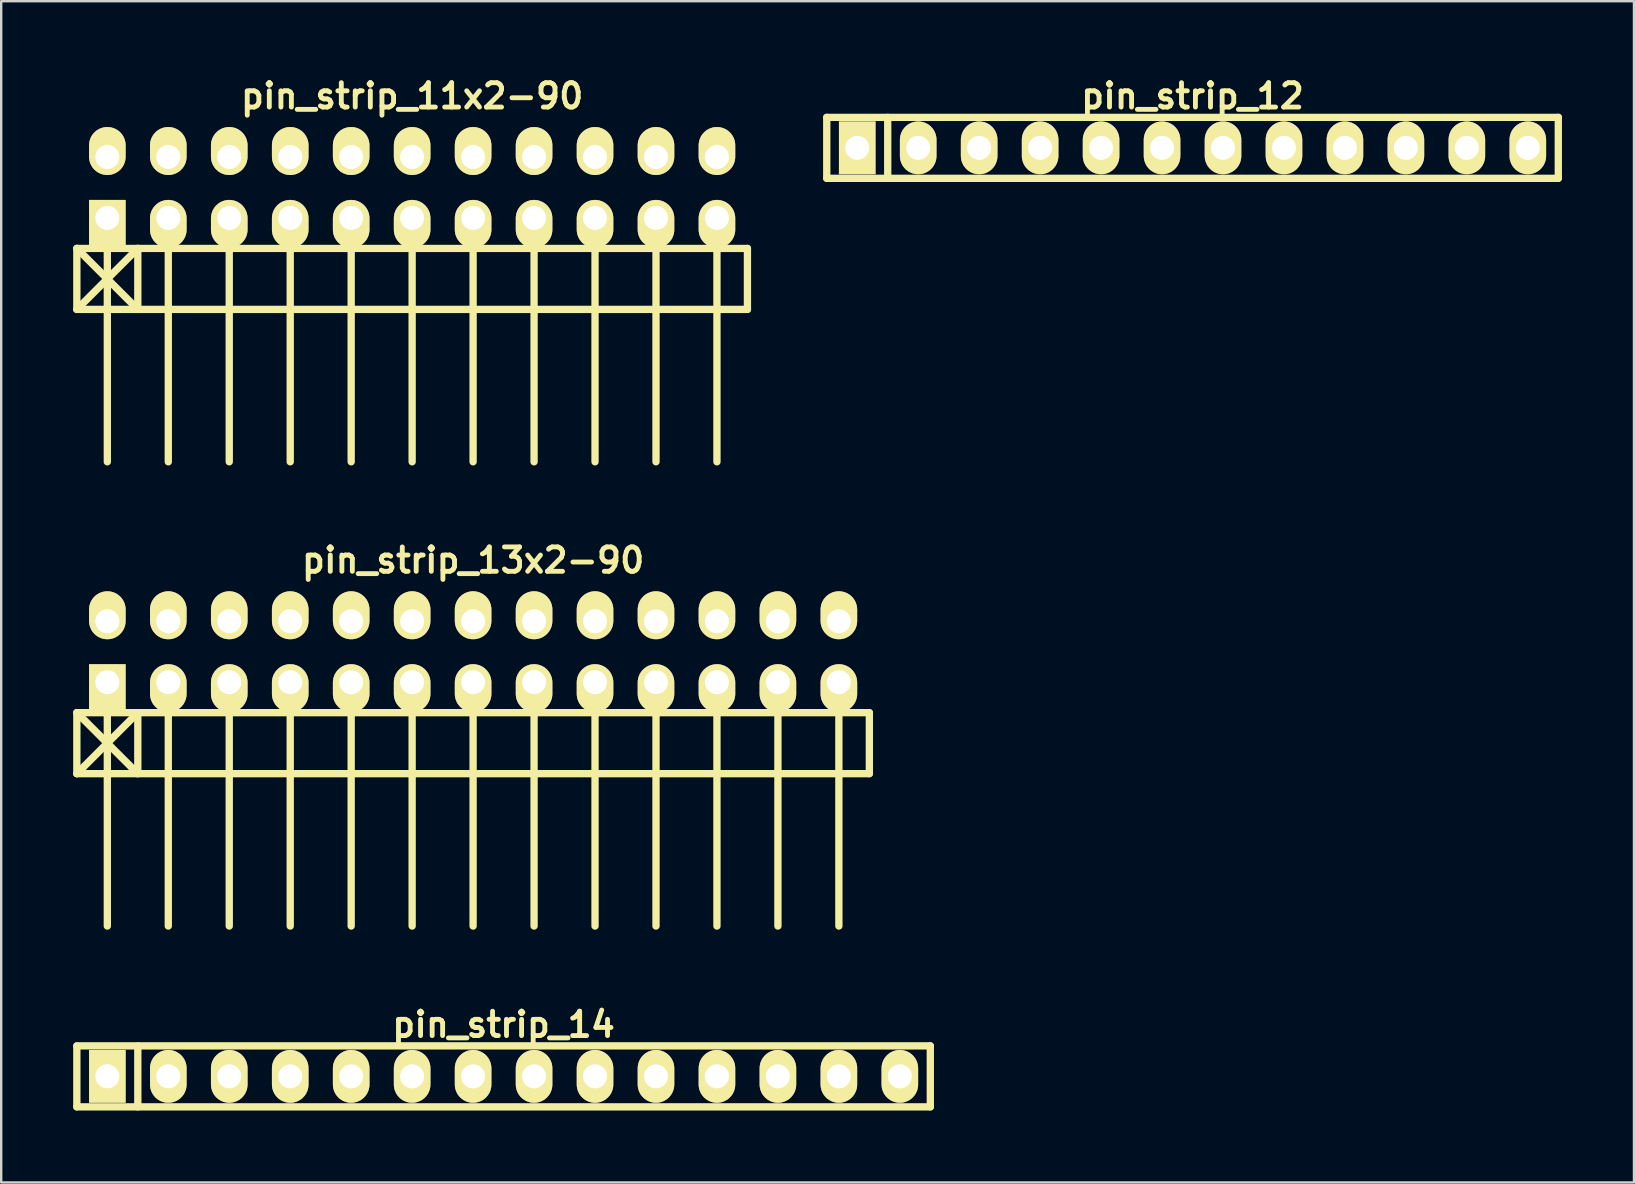
<source format=kicad_pcb>
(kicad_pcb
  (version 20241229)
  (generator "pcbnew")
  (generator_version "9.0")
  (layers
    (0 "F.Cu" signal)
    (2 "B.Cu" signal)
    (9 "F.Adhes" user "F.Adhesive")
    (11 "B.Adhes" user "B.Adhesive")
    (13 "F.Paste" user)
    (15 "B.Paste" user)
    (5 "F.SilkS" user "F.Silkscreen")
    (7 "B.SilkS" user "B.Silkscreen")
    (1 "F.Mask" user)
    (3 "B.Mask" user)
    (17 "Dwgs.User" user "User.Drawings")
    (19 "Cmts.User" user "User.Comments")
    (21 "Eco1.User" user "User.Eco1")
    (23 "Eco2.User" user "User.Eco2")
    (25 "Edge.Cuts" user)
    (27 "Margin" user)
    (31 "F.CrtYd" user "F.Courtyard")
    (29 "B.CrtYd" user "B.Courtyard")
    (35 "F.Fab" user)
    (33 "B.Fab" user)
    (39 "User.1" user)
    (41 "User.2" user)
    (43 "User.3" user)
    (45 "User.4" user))
  (footprint "pin_strip_13x2-90"
    (layer "F.Cu")
    (at 16.662 24.104)
    (property "Reference" "pin_strip_13x2-90" (at 0 -3.81 0) (layer "F.SilkS") (effects (font (size 1.016 1.016) (thickness 0.203))))
    (attr through_hole)
    (fp_line (start -16.51 2.54) (end -13.97 5.08) (stroke (width 0.305) (type solid)) (layer "F.SilkS"))
    (fp_line (start -16.51 2.54) (end 16.51 2.54) (stroke (width 0.305) (type solid)) (layer "F.SilkS"))
    (fp_line (start -16.51 5.08) (end -16.51 2.54) (stroke (width 0.305) (type solid)) (layer "F.SilkS"))
    (fp_line (start -15.24 1.27) (end -15.24 11.43) (stroke (width 0.305) (type solid)) (layer "F.SilkS"))
    (fp_line (start -13.97 2.54) (end -16.51 5.08) (stroke (width 0.305) (type solid)) (layer "F.SilkS"))
    (fp_line (start -13.97 5.08) (end -13.97 2.54) (stroke (width 0.305) (type solid)) (layer "F.SilkS"))
    (fp_line (start -12.7 1.27) (end -12.7 11.43) (stroke (width 0.305) (type solid)) (layer "F.SilkS"))
    (fp_line (start -10.16 11.43) (end -10.16 1.27) (stroke (width 0.305) (type solid)) (layer "F.SilkS"))
    (fp_line (start -7.62 1.27) (end -7.62 11.43) (stroke (width 0.305) (type solid)) (layer "F.SilkS"))
    (fp_line (start -5.08 1.27) (end -5.08 11.43) (stroke (width 0.305) (type solid)) (layer "F.SilkS"))
    (fp_line (start -2.54 1.27) (end -2.54 11.43) (stroke (width 0.305) (type solid)) (layer "F.SilkS"))
    (fp_line (start 0 1.27) (end 0 11.43) (stroke (width 0.305) (type solid)) (layer "F.SilkS"))
    (fp_line (start 2.54 1.27) (end 2.54 11.43) (stroke (width 0.305) (type solid)) (layer "F.SilkS"))
    (fp_line (start 5.08 1.27) (end 5.08 11.43) (stroke (width 0.305) (type solid)) (layer "F.SilkS"))
    (fp_line (start 7.62 1.27) (end 7.62 11.43) (stroke (width 0.305) (type solid)) (layer "F.SilkS"))
    (fp_line (start 10.16 1.27) (end 10.16 11.43) (stroke (width 0.305) (type solid)) (layer "F.SilkS"))
    (fp_line (start 12.7 1.27) (end 12.7 11.43) (stroke (width 0.305) (type solid)) (layer "F.SilkS"))
    (fp_line (start 15.24 11.43) (end 15.24 1.27) (stroke (width 0.305) (type solid)) (layer "F.SilkS"))
    (fp_line (start 16.51 2.54) (end 16.51 5.08) (stroke (width 0.305) (type solid)) (layer "F.SilkS"))
    (fp_line (start 16.51 5.08) (end -16.51 5.08) (stroke (width 0.305) (type solid)) (layer "F.SilkS"))
    (pad "1" thru_hole rect (at -15.24 1.27) (size 1.524 1.999) (drill 1.001 (offset 0 0.249)) (layers "*.Cu" "*.Mask" "F.SilkS"))
    (pad "2" thru_hole oval (at -15.24 -1.27) (size 1.524 1.999) (drill 1.001 (offset 0 -0.249)) (layers "*.Cu" "*.Mask" "F.SilkS"))
    (pad "3" thru_hole oval (at -12.7 1.27) (size 1.524 1.999) (drill 1.001 (offset 0 0.249)) (layers "*.Cu" "*.Mask" "F.SilkS"))
    (pad "4" thru_hole oval (at -12.7 -1.27) (size 1.524 1.999) (drill 1.001 (offset 0 -0.249)) (layers "*.Cu" "*.Mask" "F.SilkS"))
    (pad "5" thru_hole oval (at -10.16 1.27) (size 1.524 1.999) (drill 1.001 (offset 0 0.249)) (layers "*.Cu" "*.Mask" "F.SilkS"))
    (pad "6" thru_hole oval (at -10.16 -1.27) (size 1.524 1.999) (drill 1.001 (offset 0 -0.249)) (layers "*.Cu" "*.Mask" "F.SilkS"))
    (pad "7" thru_hole oval (at -7.62 1.27) (size 1.524 1.999) (drill 1.001 (offset 0 0.249)) (layers "*.Cu" "*.Mask" "F.SilkS"))
    (pad "8" thru_hole oval (at -7.62 -1.27) (size 1.524 1.999) (drill 1.001 (offset 0 -0.249)) (layers "*.Cu" "*.Mask" "F.SilkS"))
    (pad "9" thru_hole oval (at -5.08 1.27) (size 1.524 1.999) (drill 1.001 (offset 0 0.249)) (layers "*.Cu" "*.Mask" "F.SilkS"))
    (pad "10" thru_hole oval (at -5.08 -1.27) (size 1.524 1.999) (drill 1.001 (offset 0 -0.249)) (layers "*.Cu" "*.Mask" "F.SilkS"))
    (pad "11" thru_hole oval (at -2.54 1.27) (size 1.524 1.999) (drill 1.001 (offset 0 0.249)) (layers "*.Cu" "*.Mask" "F.SilkS"))
    (pad "12" thru_hole oval (at -2.54 -1.27) (size 1.524 1.999) (drill 1.001 (offset 0 -0.249)) (layers "*.Cu" "*.Mask" "F.SilkS"))
    (pad "13" thru_hole oval (at 0 1.27) (size 1.524 1.999) (drill 1.001 (offset 0 0.249)) (layers "*.Cu" "*.Mask" "F.SilkS"))
    (pad "14" thru_hole oval (at 0 -1.27) (size 1.524 1.999) (drill 1.001 (offset 0 -0.249)) (layers "*.Cu" "*.Mask" "F.SilkS"))
    (pad "15" thru_hole oval (at 2.54 1.27) (size 1.524 1.999) (drill 1.001 (offset 0 0.249)) (layers "*.Cu" "*.Mask" "F.SilkS"))
    (pad "16" thru_hole oval (at 2.54 -1.27) (size 1.524 1.999) (drill 1.001 (offset 0 -0.249)) (layers "*.Cu" "*.Mask" "F.SilkS"))
    (pad "17" thru_hole oval (at 5.08 1.27) (size 1.524 1.999) (drill 1.001 (offset 0 0.249)) (layers "*.Cu" "*.Mask" "F.SilkS"))
    (pad "18" thru_hole oval (at 5.08 -1.27) (size 1.524 1.999) (drill 1.001 (offset 0 -0.249)) (layers "*.Cu" "*.Mask" "F.SilkS"))
    (pad "19" thru_hole oval (at 7.62 1.27) (size 1.524 1.999) (drill 1.001 (offset 0 0.249)) (layers "*.Cu" "*.Mask" "F.SilkS"))
    (pad "20" thru_hole oval (at 7.62 -1.27) (size 1.524 1.999) (drill 1.001 (offset 0 -0.249)) (layers "*.Cu" "*.Mask" "F.SilkS"))
    (pad "21" thru_hole oval (at 10.16 1.27) (size 1.524 1.999) (drill 1.001 (offset 0 0.249)) (layers "*.Cu" "*.Mask" "F.SilkS"))
    (pad "22" thru_hole oval (at 10.16 -1.27) (size 1.524 1.999) (drill 1.001 (offset 0 -0.249)) (layers "*.Cu" "*.Mask" "F.SilkS"))
    (pad "23" thru_hole oval (at 12.7 1.27) (size 1.524 1.999) (drill 1.001 (offset 0 0.249)) (layers "*.Cu" "*.Mask" "F.SilkS"))
    (pad "24" thru_hole oval (at 12.7 -1.27) (size 1.524 1.999) (drill 1.001 (offset 0 -0.249)) (layers "*.Cu" "*.Mask" "F.SilkS"))
    (pad "25" thru_hole oval (at 15.24 1.27) (size 1.524 1.999) (drill 1.001 (offset 0 0.249)) (layers "*.Cu" "*.Mask" "F.SilkS"))
    (pad "26" thru_hole oval (at 15.24 -1.27) (size 1.524 1.999) (drill 1.001 (offset 0 -0.249)) (layers "*.Cu" "*.Mask" "F.SilkS")))
  (footprint "pin_strip_11x2-90"
    (layer "F.Cu")
    (at 14.122 4.761)
    (property "Reference" "pin_strip_11x2-90" (at 0 -3.81 0) (layer "F.SilkS") (effects (font (size 1.016 1.016) (thickness 0.203))))
    (attr through_hole)
    (fp_line (start -13.97 2.54) (end -11.43 5.08) (stroke (width 0.305) (type solid)) (layer "F.SilkS"))
    (fp_line (start -13.97 2.54) (end 13.97 2.54) (stroke (width 0.305) (type solid)) (layer "F.SilkS"))
    (fp_line (start -13.97 5.08) (end -13.97 2.54) (stroke (width 0.305) (type solid)) (layer "F.SilkS"))
    (fp_line (start -12.7 1.27) (end -12.7 11.43) (stroke (width 0.305) (type solid)) (layer "F.SilkS"))
    (fp_line (start -11.43 2.54) (end -13.97 5.08) (stroke (width 0.305) (type solid)) (layer "F.SilkS"))
    (fp_line (start -11.43 5.08) (end -11.43 2.54) (stroke (width 0.305) (type solid)) (layer "F.SilkS"))
    (fp_line (start -10.16 1.27) (end -10.16 11.43) (stroke (width 0.305) (type solid)) (layer "F.SilkS"))
    (fp_line (start -7.62 11.43) (end -7.62 1.27) (stroke (width 0.305) (type solid)) (layer "F.SilkS"))
    (fp_line (start -5.08 1.27) (end -5.08 11.43) (stroke (width 0.305) (type solid)) (layer "F.SilkS"))
    (fp_line (start -2.54 1.27) (end -2.54 11.43) (stroke (width 0.305) (type solid)) (layer "F.SilkS"))
    (fp_line (start 0 1.27) (end 0 11.43) (stroke (width 0.305) (type solid)) (layer "F.SilkS"))
    (fp_line (start 2.54 1.27) (end 2.54 11.43) (stroke (width 0.305) (type solid)) (layer "F.SilkS"))
    (fp_line (start 5.08 1.27) (end 5.08 11.43) (stroke (width 0.305) (type solid)) (layer "F.SilkS"))
    (fp_line (start 7.62 1.27) (end 7.62 11.43) (stroke (width 0.305) (type solid)) (layer "F.SilkS"))
    (fp_line (start 10.16 1.27) (end 10.16 11.43) (stroke (width 0.305) (type solid)) (layer "F.SilkS"))
    (fp_line (start 12.7 1.27) (end 12.7 11.43) (stroke (width 0.305) (type solid)) (layer "F.SilkS"))
    (fp_line (start 13.97 2.54) (end 13.97 5.08) (stroke (width 0.305) (type solid)) (layer "F.SilkS"))
    (fp_line (start 13.97 5.08) (end -13.97 5.08) (stroke (width 0.305) (type solid)) (layer "F.SilkS"))
    (pad "1" thru_hole rect (at -12.7 1.27) (size 1.524 1.999) (drill 1.001 (offset 0 0.249)) (layers "*.Cu" "*.Mask" "F.SilkS"))
    (pad "2" thru_hole oval (at -12.7 -1.27) (size 1.524 1.999) (drill 1.001 (offset 0 -0.249)) (layers "*.Cu" "*.Mask" "F.SilkS"))
    (pad "3" thru_hole oval (at -10.16 1.27) (size 1.524 1.999) (drill 1.001 (offset 0 0.249)) (layers "*.Cu" "*.Mask" "F.SilkS"))
    (pad "4" thru_hole oval (at -10.16 -1.27) (size 1.524 1.999) (drill 1.001 (offset 0 -0.249)) (layers "*.Cu" "*.Mask" "F.SilkS"))
    (pad "5" thru_hole oval (at -7.62 1.27) (size 1.524 1.999) (drill 1.001 (offset 0 0.249)) (layers "*.Cu" "*.Mask" "F.SilkS"))
    (pad "6" thru_hole oval (at -7.62 -1.27) (size 1.524 1.999) (drill 1.001 (offset 0 -0.249)) (layers "*.Cu" "*.Mask" "F.SilkS"))
    (pad "7" thru_hole oval (at -5.08 1.27) (size 1.524 1.999) (drill 1.001 (offset 0 0.249)) (layers "*.Cu" "*.Mask" "F.SilkS"))
    (pad "8" thru_hole oval (at -5.08 -1.27) (size 1.524 1.999) (drill 1.001 (offset 0 -0.249)) (layers "*.Cu" "*.Mask" "F.SilkS"))
    (pad "9" thru_hole oval (at -2.54 1.27) (size 1.524 1.999) (drill 1.001 (offset 0 0.249)) (layers "*.Cu" "*.Mask" "F.SilkS"))
    (pad "10" thru_hole oval (at -2.54 -1.27) (size 1.524 1.999) (drill 1.001 (offset 0 -0.249)) (layers "*.Cu" "*.Mask" "F.SilkS"))
    (pad "11" thru_hole oval (at 0 1.27) (size 1.524 1.999) (drill 1.001 (offset 0 0.249)) (layers "*.Cu" "*.Mask" "F.SilkS"))
    (pad "12" thru_hole oval (at 0 -1.27) (size 1.524 1.999) (drill 1.001 (offset 0 -0.249)) (layers "*.Cu" "*.Mask" "F.SilkS"))
    (pad "13" thru_hole oval (at 2.54 1.27) (size 1.524 1.999) (drill 1.001 (offset 0 0.249)) (layers "*.Cu" "*.Mask" "F.SilkS"))
    (pad "14" thru_hole oval (at 2.54 -1.27) (size 1.524 1.999) (drill 1.001 (offset 0 -0.249)) (layers "*.Cu" "*.Mask" "F.SilkS"))
    (pad "15" thru_hole oval (at 5.08 1.27) (size 1.524 1.999) (drill 1.001 (offset 0 0.249)) (layers "*.Cu" "*.Mask" "F.SilkS"))
    (pad "16" thru_hole oval (at 5.08 -1.27) (size 1.524 1.999) (drill 1.001 (offset 0 -0.249)) (layers "*.Cu" "*.Mask" "F.SilkS"))
    (pad "17" thru_hole oval (at 7.62 1.27) (size 1.524 1.999) (drill 1.001 (offset 0 0.249)) (layers "*.Cu" "*.Mask" "F.SilkS"))
    (pad "18" thru_hole oval (at 7.62 -1.27) (size 1.524 1.999) (drill 1.001 (offset 0 -0.249)) (layers "*.Cu" "*.Mask" "F.SilkS"))
    (pad "19" thru_hole oval (at 10.16 1.27) (size 1.524 1.999) (drill 1.001 (offset 0 0.249)) (layers "*.Cu" "*.Mask" "F.SilkS"))
    (pad "20" thru_hole oval (at 10.16 -1.27) (size 1.524 1.999) (drill 1.001 (offset 0 -0.249)) (layers "*.Cu" "*.Mask" "F.SilkS"))
    (pad "21" thru_hole oval (at 12.7 1.27) (size 1.524 1.999) (drill 1.001 (offset 0 0.249)) (layers "*.Cu" "*.Mask" "F.SilkS"))
    (pad "22" thru_hole oval (at 12.7 -1.27) (size 1.524 1.999) (drill 1.001 (offset 0 -0.249)) (layers "*.Cu" "*.Mask" "F.SilkS")))
  (footprint "pin_strip_14"
    (layer "F.Cu")
    (at 17.932 41.797)
    (property "Reference" "pin_strip_14" (at 0 -2.159 0) (layer "F.SilkS") (effects (font (size 1.016 1.016) (thickness 0.203))))
    (attr through_hole)
    (fp_line (start -17.78 -1.27) (end 17.78 -1.27) (stroke (width 0.305) (type solid)) (layer "F.SilkS"))
    (fp_line (start -17.78 1.27) (end -17.78 -1.27) (stroke (width 0.305) (type solid)) (layer "F.SilkS"))
    (fp_line (start -15.24 -1.27) (end -15.24 1.27) (stroke (width 0.305) (type solid)) (layer "F.SilkS"))
    (fp_line (start 17.78 -1.27) (end 17.78 1.27) (stroke (width 0.305) (type solid)) (layer "F.SilkS"))
    (fp_line (start 17.78 1.27) (end -17.78 1.27) (stroke (width 0.305) (type solid)) (layer "F.SilkS"))
    (pad "1" thru_hole rect (at -16.51 0) (size 1.524 2.2) (drill 1.001) (layers "*.Cu" "*.Mask" "F.SilkS"))
    (pad "2" thru_hole oval (at -13.97 0) (size 1.524 2.2) (drill 1.001) (layers "*.Cu" "*.Mask" "F.SilkS"))
    (pad "3" thru_hole oval (at -11.43 0) (size 1.524 2.2) (drill 1.001) (layers "*.Cu" "*.Mask" "F.SilkS"))
    (pad "4" thru_hole oval (at -8.89 0) (size 1.524 2.2) (drill 1.001) (layers "*.Cu" "*.Mask" "F.SilkS"))
    (pad "5" thru_hole oval (at -6.35 0) (size 1.524 2.2) (drill 1.001) (layers "*.Cu" "*.Mask" "F.SilkS"))
    (pad "6" thru_hole oval (at -3.81 0) (size 1.524 2.2) (drill 1.001) (layers "*.Cu" "*.Mask" "F.SilkS"))
    (pad "7" thru_hole oval (at -1.27 0) (size 1.524 2.2) (drill 1.001) (layers "*.Cu" "*.Mask" "F.SilkS"))
    (pad "8" thru_hole oval (at 1.27 0) (size 1.524 2.2) (drill 1.001) (layers "*.Cu" "*.Mask" "F.SilkS"))
    (pad "9" thru_hole oval (at 3.81 0) (size 1.524 2.2) (drill 1.001) (layers "*.Cu" "*.Mask" "F.SilkS"))
    (pad "10" thru_hole oval (at 6.35 0) (size 1.524 2.2) (drill 1.001) (layers "*.Cu" "*.Mask" "F.SilkS"))
    (pad "11" thru_hole oval (at 8.89 0) (size 1.524 2.2) (drill 1.001) (layers "*.Cu" "*.Mask" "F.SilkS"))
    (pad "12" thru_hole oval (at 11.43 0) (size 1.524 2.2) (drill 1.001) (layers "*.Cu" "*.Mask" "F.SilkS"))
    (pad "13" thru_hole oval (at 13.97 0) (size 1.524 2.2) (drill 1.001) (layers "*.Cu" "*.Mask" "F.SilkS"))
    (pad "14" thru_hole oval (at 16.51 0) (size 1.524 2.2) (drill 1.001) (layers "*.Cu" "*.Mask" "F.SilkS")))
  (footprint "pin_strip_12"
    (layer "F.Cu")
    (at 46.637 3.11)
    (property "Reference" "pin_strip_12" (at 0 -2.159 0) (layer "F.SilkS") (effects (font (size 1.016 1.016) (thickness 0.203))))
    (attr through_hole)
    (fp_line (start -15.24 -1.27) (end 15.24 -1.27) (stroke (width 0.305) (type solid)) (layer "F.SilkS"))
    (fp_line (start -15.24 1.27) (end -15.24 -1.27) (stroke (width 0.305) (type solid)) (layer "F.SilkS"))
    (fp_line (start -12.7 -1.27) (end -12.7 1.27) (stroke (width 0.305) (type solid)) (layer "F.SilkS"))
    (fp_line (start 15.24 -1.27) (end 15.24 1.27) (stroke (width 0.305) (type solid)) (layer "F.SilkS"))
    (fp_line (start 15.24 1.27) (end -15.24 1.27) (stroke (width 0.305) (type solid)) (layer "F.SilkS"))
    (pad "1" thru_hole rect (at -13.97 0) (size 1.524 2.2) (drill 1.001) (layers "*.Cu" "*.Mask" "F.SilkS"))
    (pad "2" thru_hole oval (at -11.43 0) (size 1.524 2.2) (drill 1.001) (layers "*.Cu" "*.Mask" "F.SilkS"))
    (pad "3" thru_hole oval (at -8.89 0) (size 1.524 2.2) (drill 1.001) (layers "*.Cu" "*.Mask" "F.SilkS"))
    (pad "4" thru_hole oval (at -6.35 0) (size 1.524 2.2) (drill 1.001) (layers "*.Cu" "*.Mask" "F.SilkS"))
    (pad "5" thru_hole oval (at -3.81 0) (size 1.524 2.2) (drill 1.001) (layers "*.Cu" "*.Mask" "F.SilkS"))
    (pad "6" thru_hole oval (at -1.27 0) (size 1.524 2.2) (drill 1.001) (layers "*.Cu" "*.Mask" "F.SilkS"))
    (pad "7" thru_hole oval (at 1.27 0) (size 1.524 2.2) (drill 1.001) (layers "*.Cu" "*.Mask" "F.SilkS"))
    (pad "8" thru_hole oval (at 3.81 0) (size 1.524 2.2) (drill 1.001) (layers "*.Cu" "*.Mask" "F.SilkS"))
    (pad "9" thru_hole oval (at 6.35 0) (size 1.524 2.2) (drill 1.001) (layers "*.Cu" "*.Mask" "F.SilkS"))
    (pad "10" thru_hole oval (at 8.89 0) (size 1.524 2.2) (drill 1.001) (layers "*.Cu" "*.Mask" "F.SilkS"))
    (pad "11" thru_hole oval (at 11.43 0) (size 1.524 2.2) (drill 1.001) (layers "*.Cu" "*.Mask" "F.SilkS"))
    (pad "12" thru_hole oval (at 13.97 0) (size 1.524 2.2) (drill 1.001) (layers "*.Cu" "*.Mask" "F.SilkS")))
  (gr_rect
    (start -3 -3)
    (end 65.03 46.219)
    (stroke (width 0.1) (type default))
    (fill no)
    (layer "Edge.Cuts")))
</source>
